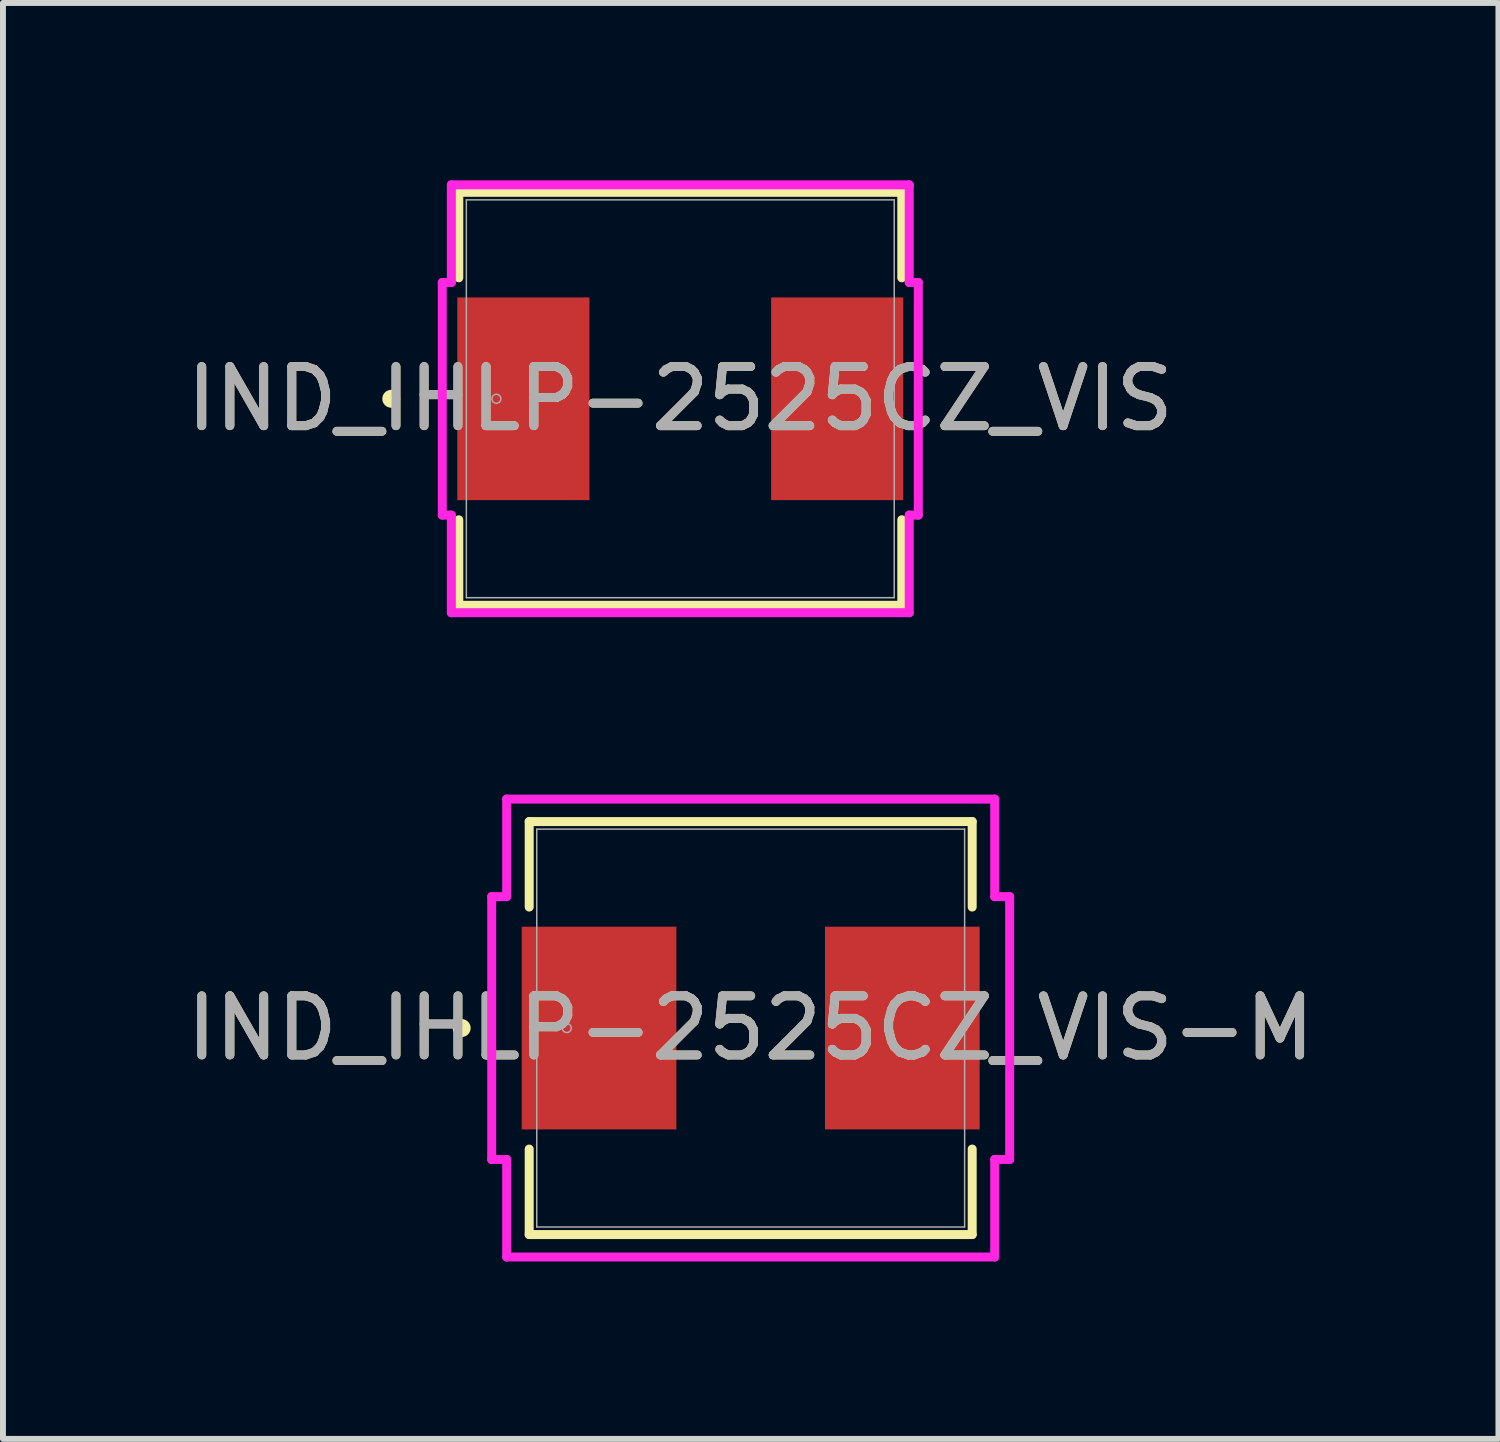
<source format=kicad_pcb>
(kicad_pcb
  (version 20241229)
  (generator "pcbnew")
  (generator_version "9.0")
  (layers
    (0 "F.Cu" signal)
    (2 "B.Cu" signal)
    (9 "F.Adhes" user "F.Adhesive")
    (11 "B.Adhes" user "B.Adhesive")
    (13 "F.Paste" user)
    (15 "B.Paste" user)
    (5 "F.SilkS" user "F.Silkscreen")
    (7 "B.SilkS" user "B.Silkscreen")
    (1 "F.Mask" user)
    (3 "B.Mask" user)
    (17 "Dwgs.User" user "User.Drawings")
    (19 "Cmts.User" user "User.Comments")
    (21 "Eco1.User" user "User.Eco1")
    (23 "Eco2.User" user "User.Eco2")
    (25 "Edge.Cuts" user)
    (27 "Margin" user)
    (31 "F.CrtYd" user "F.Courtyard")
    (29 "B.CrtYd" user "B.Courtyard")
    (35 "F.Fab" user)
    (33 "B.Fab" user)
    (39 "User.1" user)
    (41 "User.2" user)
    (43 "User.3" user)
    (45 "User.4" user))
  (footprint "IND_IHLP-2525CZ_VIS-M"
    (layer "F.Cu")
    (at 9.649 14.341)
    (property "Reference" "IND_IHLP-2525CZ_VIS-M" (at 0 0 0) (unlocked yes) (layer "F.SilkS") (effects (font (size 1 1) (thickness 0.15))))
    (attr smd)
    (fp_line (start -3.747 -3.493) (end -3.747 -2.047) (stroke (width 0.152) (type solid)) (layer "F.SilkS"))
    (fp_line (start -3.747 2.047) (end -3.747 3.493) (stroke (width 0.152) (type solid)) (layer "F.SilkS"))
    (fp_line (start -3.747 3.493) (end 3.747 3.493) (stroke (width 0.152) (type solid)) (layer "F.SilkS"))
    (fp_line (start 3.747 -3.493) (end -3.747 -3.493) (stroke (width 0.152) (type solid)) (layer "F.SilkS"))
    (fp_line (start 3.747 -2.047) (end 3.747 -3.493) (stroke (width 0.152) (type solid)) (layer "F.SilkS"))
    (fp_line (start 3.747 3.493) (end 3.747 2.047) (stroke (width 0.152) (type solid)) (layer "F.SilkS"))
    (fp_circle (center -4.889 0) (end -4.813 0) (stroke (width 0.152) (type solid)) (fill no) (layer "F.SilkS"))
    (fp_line (start -4.381 -2.223) (end -4.128 -2.223) (stroke (width 0.152) (type solid)) (layer "F.CrtYd"))
    (fp_line (start -4.381 2.223) (end -4.381 -2.223) (stroke (width 0.152) (type solid)) (layer "F.CrtYd"))
    (fp_line (start -4.128 -3.873) (end 4.128 -3.873) (stroke (width 0.152) (type solid)) (layer "F.CrtYd"))
    (fp_line (start -4.128 -2.223) (end -4.128 -3.873) (stroke (width 0.152) (type solid)) (layer "F.CrtYd"))
    (fp_line (start -4.128 2.223) (end -4.381 2.223) (stroke (width 0.152) (type solid)) (layer "F.CrtYd"))
    (fp_line (start -4.128 3.873) (end -4.128 2.223) (stroke (width 0.152) (type solid)) (layer "F.CrtYd"))
    (fp_line (start 4.128 -3.873) (end 4.128 -2.223) (stroke (width 0.152) (type solid)) (layer "F.CrtYd"))
    (fp_line (start 4.128 -2.223) (end 4.381 -2.223) (stroke (width 0.152) (type solid)) (layer "F.CrtYd"))
    (fp_line (start 4.128 2.223) (end 4.128 3.873) (stroke (width 0.152) (type solid)) (layer "F.CrtYd"))
    (fp_line (start 4.128 3.873) (end -4.128 3.873) (stroke (width 0.152) (type solid)) (layer "F.CrtYd"))
    (fp_line (start 4.381 -2.223) (end 4.381 2.223) (stroke (width 0.152) (type solid)) (layer "F.CrtYd"))
    (fp_line (start 4.381 2.223) (end 4.128 2.223) (stroke (width 0.152) (type solid)) (layer "F.CrtYd"))
    (fp_line (start -3.619 -3.365) (end -3.619 3.365) (stroke (width 0.025) (type solid)) (layer "F.Fab"))
    (fp_line (start -3.619 3.365) (end 3.619 3.365) (stroke (width 0.025) (type solid)) (layer "F.Fab"))
    (fp_line (start 3.619 -3.365) (end -3.619 -3.365) (stroke (width 0.025) (type solid)) (layer "F.Fab"))
    (fp_line (start 3.619 3.365) (end 3.619 -3.365) (stroke (width 0.025) (type solid)) (layer "F.Fab"))
    (fp_circle (center -3.111 0) (end -3.035 0) (stroke (width 0.025) (type solid)) (fill no) (layer "F.Fab"))
    (fp_text user "${REFERENCE}" (at 0 0 0) (unlocked yes) (layer "F.Fab") (effects (font (size 1 1) (thickness 0.15))))
    (pad "1" smd rect (at -2.565 0 90) (size 3.429 2.616) (layers "F.Cu" "F.Mask" "F.Paste"))
    (pad "2" smd rect (at 2.565 0 90) (size 3.429 2.616) (layers "F.Cu" "F.Mask" "F.Paste"))
    (zone (net_name "") (layer "F.Cu") (hatch full 0.508) (connect_pads) (min_thickness 0.254) (filled_areas_thickness no) (keepout (tracks not_allowed) (vias not_allowed) (pads allowed) (copperpour not_allowed) (footprints allowed)) (placement (enabled no)) (fill) (polygon (pts (xy 6.08 11.026) (xy 13.218 11.026) (xy 13.218 12.576) (xy 6.08 12.576))))
    (zone (net_name "") (layer "F.Cu") (hatch full 0.508) (connect_pads) (min_thickness 0.254) (filled_areas_thickness no) (keepout (tracks not_allowed) (vias not_allowed) (pads allowed) (copperpour not_allowed) (footprints allowed)) (placement (enabled no)) (fill) (polygon (pts (xy 6.08 16.106) (xy 13.218 16.106) (xy 13.218 17.656) (xy 6.08 17.656))))
    (zone (net_name "") (layer "F.Cu") (hatch full 0.508) (connect_pads) (min_thickness 0.254) (filled_areas_thickness no) (keepout (tracks not_allowed) (vias not_allowed) (pads allowed) (copperpour not_allowed) (footprints allowed)) (placement (enabled no)) (fill) (polygon (pts (xy 8.442 12.576) (xy 10.855 12.576) (xy 10.855 16.106) (xy 8.442 16.106)))))
  (footprint "IND_IHLP-2525CZ_VIS"
    (layer "F.Cu")
    (at 8.458 3.696)
    (property "Reference" "IND_IHLP-2525CZ_VIS" (at 0 0 0) (unlocked yes) (layer "F.SilkS") (effects (font (size 1 1) (thickness 0.15))))
    (attr smd)
    (fp_line (start -3.747 -3.493) (end -3.747 -2.047) (stroke (width 0.152) (type solid)) (layer "F.SilkS"))
    (fp_line (start -3.747 2.047) (end -3.747 3.493) (stroke (width 0.152) (type solid)) (layer "F.SilkS"))
    (fp_line (start -3.747 3.493) (end 3.747 3.493) (stroke (width 0.152) (type solid)) (layer "F.SilkS"))
    (fp_line (start 3.747 -3.493) (end -3.747 -3.493) (stroke (width 0.152) (type solid)) (layer "F.SilkS"))
    (fp_line (start 3.747 -2.047) (end 3.747 -3.493) (stroke (width 0.152) (type solid)) (layer "F.SilkS"))
    (fp_line (start 3.747 3.493) (end 3.747 2.047) (stroke (width 0.152) (type solid)) (layer "F.SilkS"))
    (fp_circle (center -4.889 0) (end -4.813 0) (stroke (width 0.152) (type solid)) (fill no) (layer "F.SilkS"))
    (fp_line (start -4.026 -1.968) (end -3.873 -1.968) (stroke (width 0.152) (type solid)) (layer "F.CrtYd"))
    (fp_line (start -4.026 1.968) (end -4.026 -1.968) (stroke (width 0.152) (type solid)) (layer "F.CrtYd"))
    (fp_line (start -3.873 -3.619) (end 3.873 -3.619) (stroke (width 0.152) (type solid)) (layer "F.CrtYd"))
    (fp_line (start -3.873 -1.968) (end -3.873 -3.619) (stroke (width 0.152) (type solid)) (layer "F.CrtYd"))
    (fp_line (start -3.873 1.968) (end -4.026 1.968) (stroke (width 0.152) (type solid)) (layer "F.CrtYd"))
    (fp_line (start -3.873 3.619) (end -3.873 1.968) (stroke (width 0.152) (type solid)) (layer "F.CrtYd"))
    (fp_line (start 3.873 -3.619) (end 3.873 -1.968) (stroke (width 0.152) (type solid)) (layer "F.CrtYd"))
    (fp_line (start 3.873 -1.968) (end 4.026 -1.968) (stroke (width 0.152) (type solid)) (layer "F.CrtYd"))
    (fp_line (start 3.873 1.968) (end 3.873 3.619) (stroke (width 0.152) (type solid)) (layer "F.CrtYd"))
    (fp_line (start 3.873 3.619) (end -3.873 3.619) (stroke (width 0.152) (type solid)) (layer "F.CrtYd"))
    (fp_line (start 4.026 -1.968) (end 4.026 1.968) (stroke (width 0.152) (type solid)) (layer "F.CrtYd"))
    (fp_line (start 4.026 1.968) (end 3.873 1.968) (stroke (width 0.152) (type solid)) (layer "F.CrtYd"))
    (fp_line (start -3.619 -3.365) (end -3.619 3.365) (stroke (width 0.025) (type solid)) (layer "F.Fab"))
    (fp_line (start -3.619 3.365) (end 3.619 3.365) (stroke (width 0.025) (type solid)) (layer "F.Fab"))
    (fp_line (start 3.619 -3.365) (end -3.619 -3.365) (stroke (width 0.025) (type solid)) (layer "F.Fab"))
    (fp_line (start 3.619 3.365) (end 3.619 -3.365) (stroke (width 0.025) (type solid)) (layer "F.Fab"))
    (fp_circle (center -3.111 0) (end -3.035 0) (stroke (width 0.025) (type solid)) (fill no) (layer "F.Fab"))
    (fp_text user "${REFERENCE}" (at 0 0 0) (unlocked yes) (layer "F.Fab") (effects (font (size 1 1) (thickness 0.15))))
    (pad "1" smd rect (at -2.654 0 90) (size 3.429 2.235) (layers "F.Cu" "F.Mask" "F.Paste"))
    (pad "2" smd rect (at 2.654 0 90) (size 3.429 2.235) (layers "F.Cu" "F.Mask" "F.Paste"))
    (zone (net_name "") (layer "F.Cu") (hatch full 0.508) (connect_pads) (min_thickness 0.254) (filled_areas_thickness no) (keepout (tracks not_allowed) (vias not_allowed) (pads allowed) (copperpour not_allowed) (footprints allowed)) (placement (enabled no)) (fill) (polygon (pts (xy 4.89 0.381) (xy 12.027 0.381) (xy 12.027 1.93) (xy 4.89 1.93))))
    (zone (net_name "") (layer "F.Cu") (hatch full 0.508) (connect_pads) (min_thickness 0.254) (filled_areas_thickness no) (keepout (tracks not_allowed) (vias not_allowed) (pads allowed) (copperpour not_allowed) (footprints allowed)) (placement (enabled no)) (fill) (polygon (pts (xy 4.89 5.461) (xy 12.027 5.461) (xy 12.027 7.01) (xy 4.89 7.01))))
    (zone (net_name "") (layer "F.Cu") (hatch full 0.508) (connect_pads) (min_thickness 0.254) (filled_areas_thickness no) (keepout (tracks not_allowed) (vias not_allowed) (pads allowed) (copperpour not_allowed) (footprints allowed)) (placement (enabled no)) (fill) (polygon (pts (xy 6.972 1.93) (xy 9.944 1.93) (xy 9.944 5.461) (xy 6.972 5.461)))))
  (gr_rect
    (start -3 -3)
    (end 22.298 21.291)
    (stroke (width 0.1) (type default))
    (fill no)
    (layer "Edge.Cuts")))
</source>
